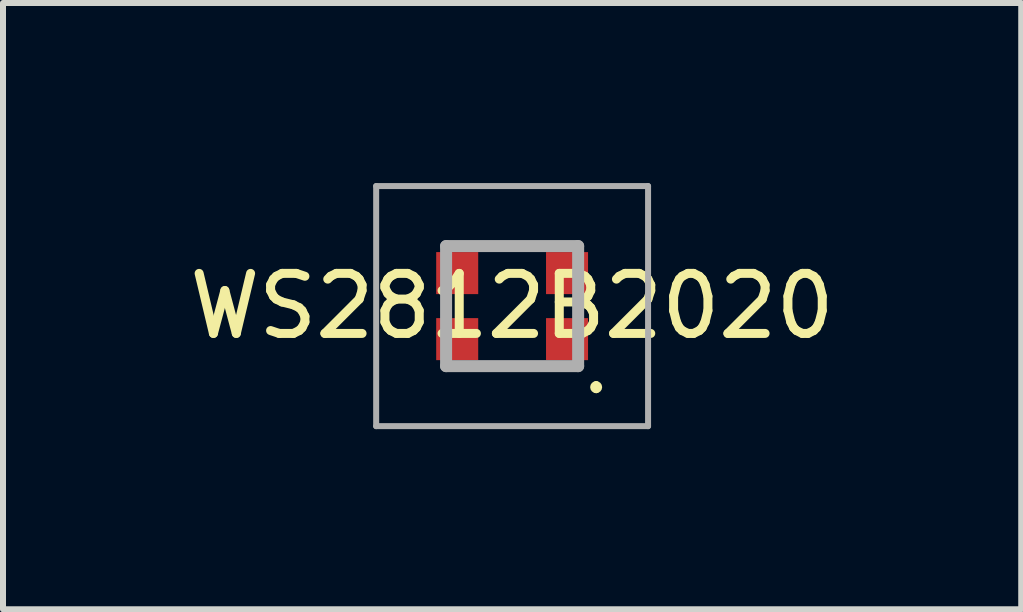
<source format=kicad_pcb>
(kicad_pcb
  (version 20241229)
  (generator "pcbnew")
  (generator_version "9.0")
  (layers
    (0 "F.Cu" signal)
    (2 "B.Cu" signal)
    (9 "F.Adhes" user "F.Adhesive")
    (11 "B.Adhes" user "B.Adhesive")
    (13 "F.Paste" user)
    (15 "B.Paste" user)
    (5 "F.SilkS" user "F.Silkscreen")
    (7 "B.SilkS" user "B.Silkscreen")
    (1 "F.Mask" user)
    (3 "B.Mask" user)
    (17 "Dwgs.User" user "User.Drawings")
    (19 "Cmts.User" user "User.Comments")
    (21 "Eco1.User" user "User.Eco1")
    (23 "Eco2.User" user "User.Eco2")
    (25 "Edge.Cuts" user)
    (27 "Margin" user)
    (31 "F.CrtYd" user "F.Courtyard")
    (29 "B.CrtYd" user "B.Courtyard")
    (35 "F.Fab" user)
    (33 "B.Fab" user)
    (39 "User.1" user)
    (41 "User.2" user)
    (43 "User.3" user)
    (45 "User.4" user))
  (footprint "WS2812B2020"
    (layer "F.Cu")
    (at 5.482 2.05)
    (property "Reference" "WS2812B2020" (at 0 0 0) (layer "F.SilkS") (effects (font (size 1 1) (thickness 0.15))))
    (attr smd)
    (fp_line (start 1.4 1.3) (end 1.4 1.3) (stroke (width 0.1) (type solid)) (layer "F.SilkS"))
    (fp_line (start 1.4 1.4) (end 1.4 1.4) (stroke (width 0.1) (type solid)) (layer "F.SilkS"))
    (fp_arc (start 1.4 1.3) (mid 1.45 1.35) (end 1.4 1.4) (stroke (width 0.1) (type solid)) (layer "F.SilkS"))
    (fp_arc (start 1.4 1.4) (mid 1.35 1.35) (end 1.4 1.3) (stroke (width 0.1) (type solid)) (layer "F.SilkS"))
    (fp_line (start -2.265 -2) (end 2.265 -2) (stroke (width 0.1) (type solid)) (layer "F.Fab"))
    (fp_line (start -2.265 2) (end -2.265 -2) (stroke (width 0.1) (type solid)) (layer "F.Fab"))
    (fp_line (start -1.1 -1) (end 1.1 -1) (stroke (width 0.2) (type solid)) (layer "F.Fab"))
    (fp_line (start -1.1 1) (end -1.1 -1) (stroke (width 0.2) (type solid)) (layer "F.Fab"))
    (fp_line (start 1.1 -1) (end 1.1 1) (stroke (width 0.2) (type solid)) (layer "F.Fab"))
    (fp_line (start 1.1 1) (end -1.1 1) (stroke (width 0.2) (type solid)) (layer "F.Fab"))
    (fp_line (start 2.265 -2) (end 2.265 2) (stroke (width 0.1) (type solid)) (layer "F.Fab"))
    (fp_line (start 2.265 2) (end -2.265 2) (stroke (width 0.1) (type solid)) (layer "F.Fab"))
    (pad "1" smd rect (at 0.915 0.55) (size 0.7 0.7) (layers "F.Cu" "F.Mask" "F.Paste"))
    (pad "2" smd rect (at 0.915 -0.55) (size 0.7 0.7) (layers "F.Cu" "F.Mask" "F.Paste"))
    (pad "3" smd rect (at -0.915 -0.55) (size 0.7 0.7) (layers "F.Cu" "F.Mask" "F.Paste"))
    (pad "4" smd rect (at -0.915 0.55) (size 0.7 0.7) (layers "F.Cu" "F.Mask" "F.Paste")))
  (gr_rect
    (start -3 -3)
    (end 13.964 7.1)
    (stroke (width 0.1) (type default))
    (fill no)
    (layer "Edge.Cuts")))
</source>
